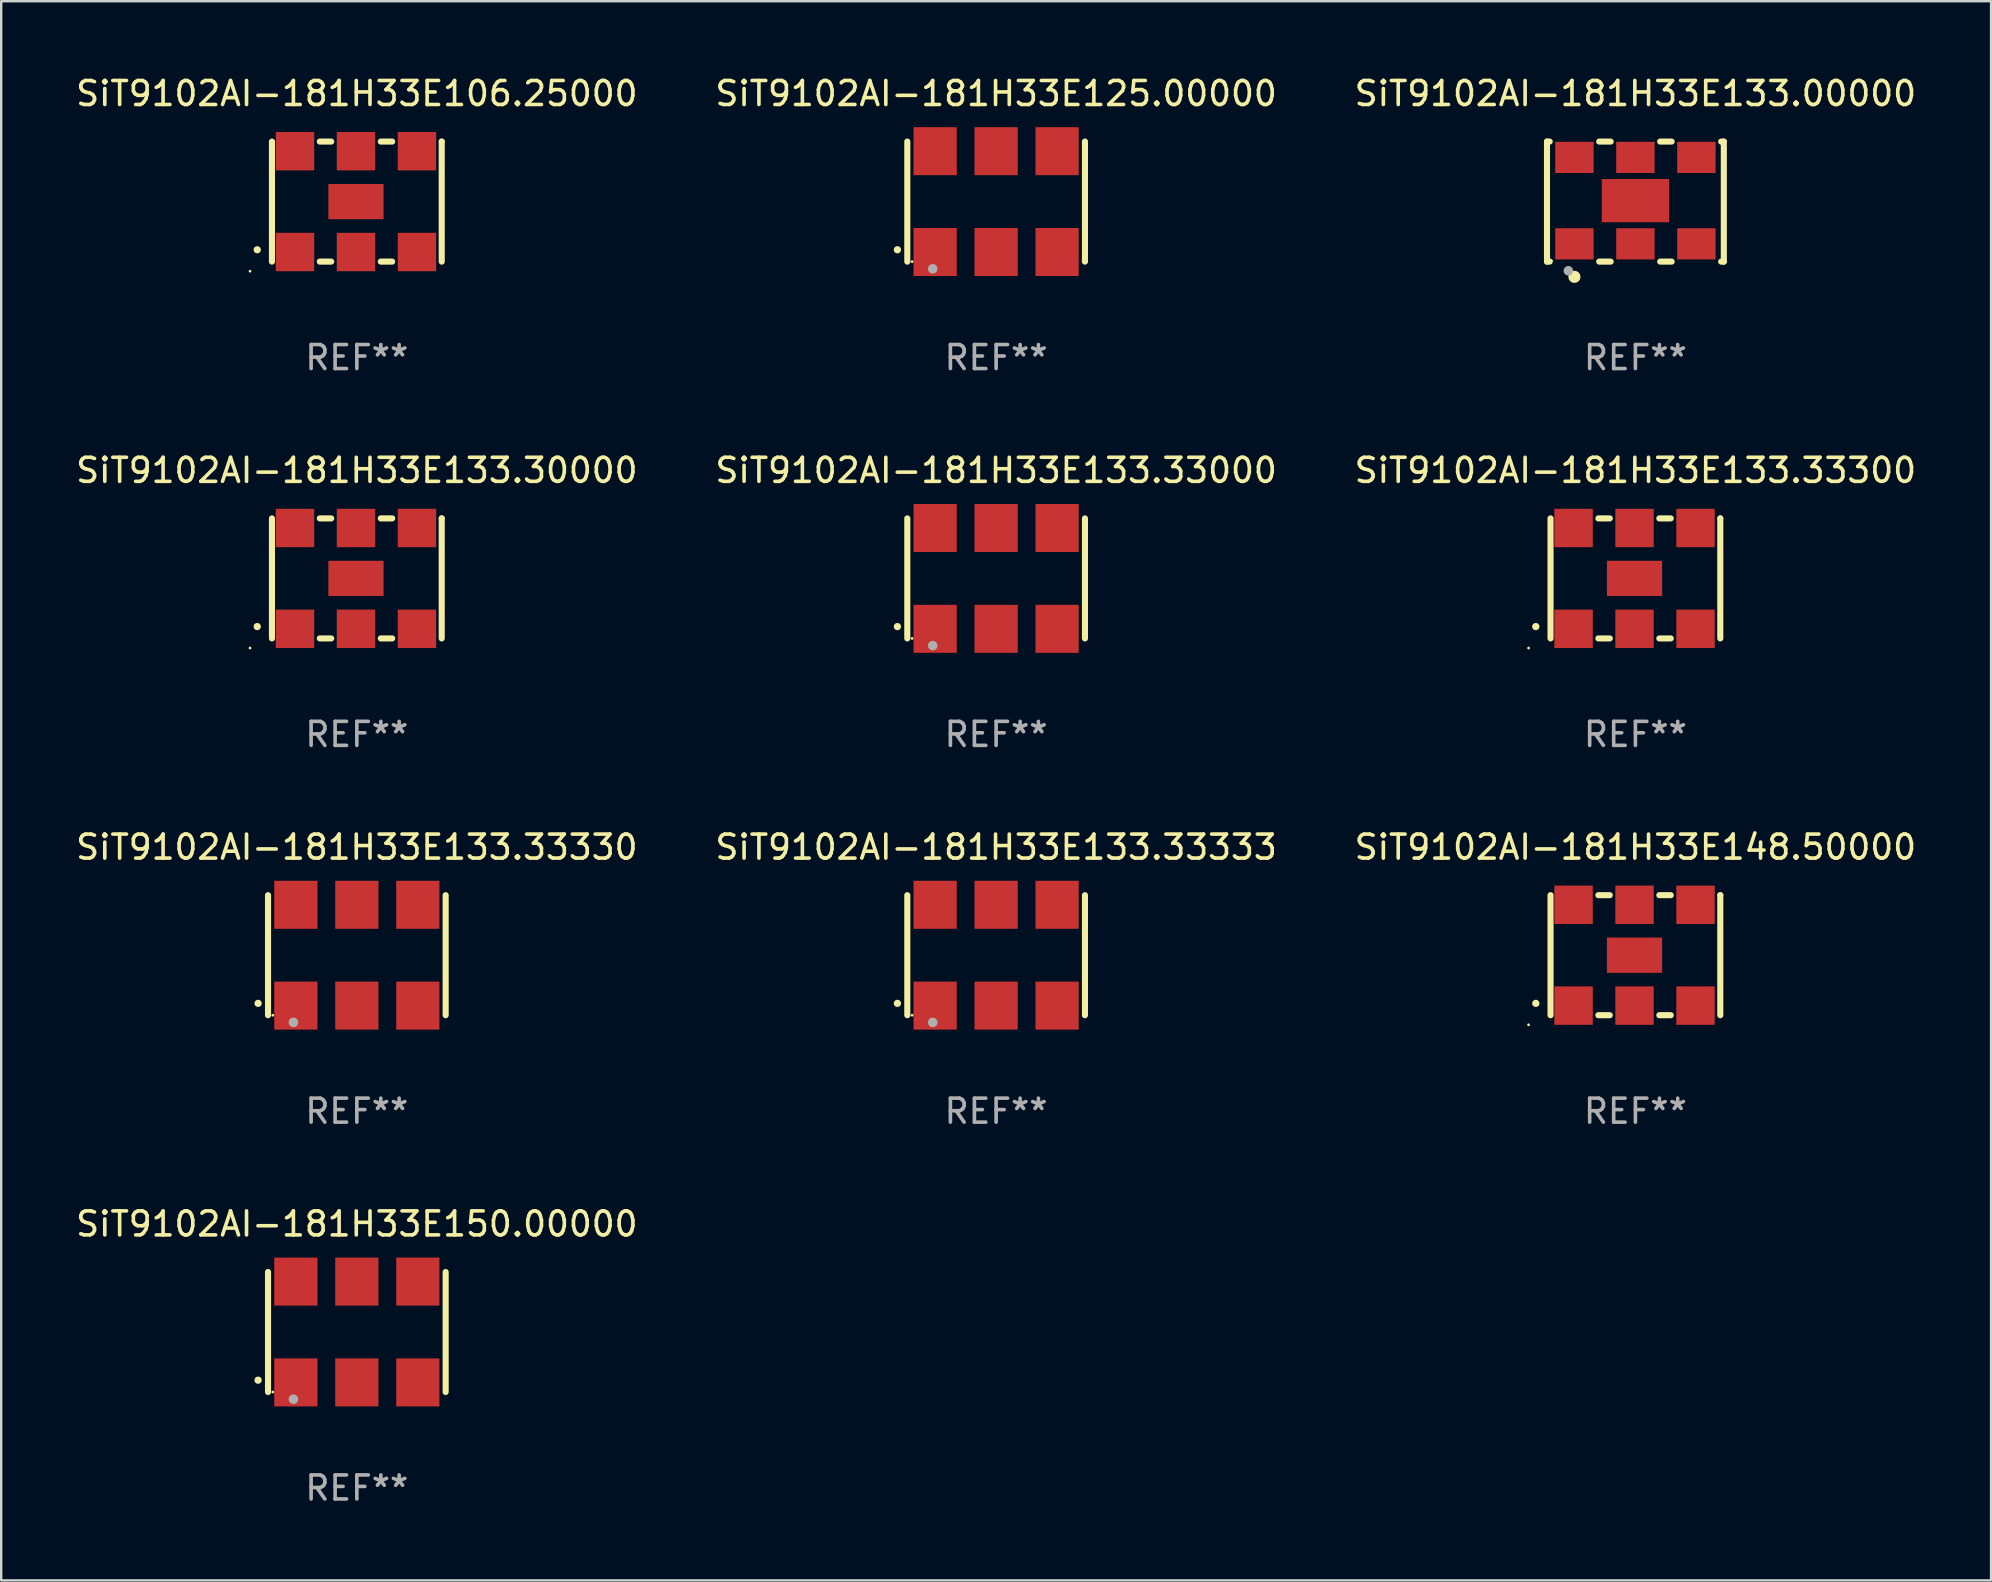
<source format=kicad_pcb>
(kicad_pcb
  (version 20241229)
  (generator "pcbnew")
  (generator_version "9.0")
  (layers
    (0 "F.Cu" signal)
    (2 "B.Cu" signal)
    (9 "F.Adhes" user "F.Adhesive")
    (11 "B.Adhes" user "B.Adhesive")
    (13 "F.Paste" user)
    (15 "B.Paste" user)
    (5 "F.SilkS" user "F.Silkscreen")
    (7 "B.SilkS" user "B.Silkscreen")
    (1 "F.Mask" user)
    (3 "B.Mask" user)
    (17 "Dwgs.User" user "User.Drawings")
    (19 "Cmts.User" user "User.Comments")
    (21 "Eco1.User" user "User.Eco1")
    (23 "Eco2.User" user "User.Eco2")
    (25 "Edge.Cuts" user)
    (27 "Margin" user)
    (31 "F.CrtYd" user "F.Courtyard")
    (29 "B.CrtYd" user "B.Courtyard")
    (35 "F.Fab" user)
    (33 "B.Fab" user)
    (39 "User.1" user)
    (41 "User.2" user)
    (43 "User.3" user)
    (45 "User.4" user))
  (footprint "SiT9102AI-181H33E133.33330"
    (layer "F.Cu")
    (at 11.815 36.741)
    (property "Reference" "SiT9102AI-181H33E133.33330" (at 0 -4.5 0) (layer "F.SilkS") (effects (font (size 1 1) (thickness 0.15))))
    (attr through_hole)
    (fp_line (start -3.7 -2.5) (end -3.7 2.5) (stroke (width 0.254) (type solid)) (layer "F.SilkS"))
    (fp_line (start 3.7 -2.5) (end 3.7 2.5) (stroke (width 0.254) (type solid)) (layer "F.SilkS"))
    (fp_arc (start -4.114415 2.006604) (mid -4.113145 2.006599) (end -4.111875 2.006604) (stroke (width 0.3) (type solid)) (layer "F.SilkS"))
    (fp_circle (center -3.5 2.501) (end -3.47 2.501) (stroke (width 0.06) (type solid)) (fill no) (layer "F.SilkS"))
    (fp_circle (center -2.641 2.799) (end -2.541 2.799) (stroke (width 0.2) (type solid)) (fill no) (layer "F.Fab"))
    (fp_text user "REF**" (at 0 6.5 0) (layer "F.Fab") (effects (font (size 1 1) (thickness 0.15))))
    (pad "1" smd rect (at -2.54 2.1) (size 1.8 2) (layers "F.Cu" "F.Mask" "F.Paste"))
    (pad "2" smd rect (at 0.000394 2.1) (size 1.8 2) (layers "F.Cu" "F.Mask" "F.Paste"))
    (pad "3" smd rect (at 2.54 2.1) (size 1.8 2) (layers "F.Cu" "F.Mask" "F.Paste"))
    (pad "4" smd rect (at 2.54 -2.1) (size 1.8 2) (layers "F.Cu" "F.Mask" "F.Paste"))
    (pad "5" smd rect (at 0.000394 -2.1) (size 1.8 2) (layers "F.Cu" "F.Mask" "F.Paste"))
    (pad "6" smd rect (at -2.54 -2.1) (size 1.8 2) (layers "F.Cu" "F.Mask" "F.Paste")))
  (footprint "SiT9102AI-181H33E150.00000"
    (layer "F.Cu")
    (at 11.815 52.438)
    (property "Reference" "SiT9102AI-181H33E150.00000" (at 0 -4.5 0) (layer "F.SilkS") (effects (font (size 1 1) (thickness 0.15))))
    (attr through_hole)
    (fp_line (start -3.7 -2.5) (end -3.7 2.5) (stroke (width 0.254) (type solid)) (layer "F.SilkS"))
    (fp_line (start 3.7 -2.5) (end 3.7 2.5) (stroke (width 0.254) (type solid)) (layer "F.SilkS"))
    (fp_arc (start -4.114415 2.006604) (mid -4.113145 2.006599) (end -4.111875 2.006604) (stroke (width 0.3) (type solid)) (layer "F.SilkS"))
    (fp_circle (center -3.5 2.501) (end -3.47 2.501) (stroke (width 0.06) (type solid)) (fill no) (layer "F.SilkS"))
    (fp_circle (center -2.641 2.799) (end -2.541 2.799) (stroke (width 0.2) (type solid)) (fill no) (layer "F.Fab"))
    (fp_text user "REF**" (at 0 6.5 0) (layer "F.Fab") (effects (font (size 1 1) (thickness 0.15))))
    (pad "1" smd rect (at -2.54 2.1) (size 1.8 2) (layers "F.Cu" "F.Mask" "F.Paste"))
    (pad "2" smd rect (at 0.000394 2.1) (size 1.8 2) (layers "F.Cu" "F.Mask" "F.Paste"))
    (pad "3" smd rect (at 2.54 2.1) (size 1.8 2) (layers "F.Cu" "F.Mask" "F.Paste"))
    (pad "4" smd rect (at 2.54 -2.1) (size 1.8 2) (layers "F.Cu" "F.Mask" "F.Paste"))
    (pad "5" smd rect (at 0.000394 -2.1) (size 1.8 2) (layers "F.Cu" "F.Mask" "F.Paste"))
    (pad "6" smd rect (at -2.54 -2.1) (size 1.8 2) (layers "F.Cu" "F.Mask" "F.Paste")))
  (footprint "SiT9102AI-181H33E133.00000"
    (layer "F.Cu")
    (at 65.077 5.348)
    (property "Reference" "SiT9102AI-181H33E133.00000" (at 0 -4.5 0) (layer "F.SilkS") (effects (font (size 1 1) (thickness 0.15))))
    (attr through_hole)
    (fp_line (start -3.683 -2.5) (end -3.571 -2.5) (stroke (width 0.254) (type solid)) (layer "F.SilkS"))
    (fp_line (start -3.683 2.5) (end -3.683 -2.5) (stroke (width 0.254) (type solid)) (layer "F.SilkS"))
    (fp_line (start -3.683 2.5) (end -3.571 2.5) (stroke (width 0.254) (type solid)) (layer "F.SilkS"))
    (fp_line (start -1.509 -2.5) (end -1.031 -2.5) (stroke (width 0.254) (type solid)) (layer "F.SilkS"))
    (fp_line (start -1.509 2.5) (end -1.031 2.5) (stroke (width 0.254) (type solid)) (layer "F.SilkS"))
    (fp_line (start 1.031 -2.5) (end 1.509 -2.5) (stroke (width 0.254) (type solid)) (layer "F.SilkS"))
    (fp_line (start 1.031 2.5) (end 1.509 2.5) (stroke (width 0.254) (type solid)) (layer "F.SilkS"))
    (fp_line (start 3.571 -2.5) (end 3.683 -2.5) (stroke (width 0.254) (type solid)) (layer "F.SilkS"))
    (fp_line (start 3.571 2.5) (end 3.683 2.5) (stroke (width 0.254) (type solid)) (layer "F.SilkS"))
    (fp_line (start 3.683 2.5) (end 3.683 -2.5) (stroke (width 0.254) (type solid)) (layer "F.SilkS"))
    (fp_circle (center -3.5 2.46) (end -3.47 2.46) (stroke (width 0.06) (type solid)) (fill no) (layer "F.SilkS"))
    (fp_circle (center -2.54 3.135) (end -2.413 3.135) (stroke (width 0.254) (type solid)) (fill no) (layer "F.SilkS"))
    (fp_circle (center -2.794 2.881) (end -2.694 2.881) (stroke (width 0.2) (type solid)) (fill no) (layer "F.Fab"))
    (fp_text user "REF**" (at 0 6.5 0) (layer "F.Fab") (effects (font (size 1 1) (thickness 0.15))))
    (pad "1" smd rect (at -2.54 1.76) (size 1.6 1.3) (layers "F.Cu" "F.Mask" "F.Paste"))
    (pad "2" smd rect (at 0 1.76) (size 1.6 1.3) (layers "F.Cu" "F.Mask" "F.Paste"))
    (pad "3" smd rect (at 2.54 1.76) (size 1.6 1.3) (layers "F.Cu" "F.Mask" "F.Paste"))
    (pad "4" smd rect (at 2.54 -1.84) (size 1.6 1.3) (layers "F.Cu" "F.Mask" "F.Paste"))
    (pad "5" smd rect (at 0 -1.84) (size 1.6 1.3) (layers "F.Cu" "F.Mask" "F.Paste"))
    (pad "6" smd rect (at -2.54 -1.84) (size 1.6 1.3) (layers "F.Cu" "F.Mask" "F.Paste"))
    (pad "7" smd rect (at 0 -0.04) (size 2.8 1.8) (layers "F.Cu" "F.Mask" "F.Paste")))
  (footprint "SiT9102AI-181H33E148.50000"
    (layer "F.Cu")
    (at 65.077 36.741)
    (property "Reference" "SiT9102AI-181H33E148.50000" (at 0 -4.5 0) (layer "F.SilkS") (effects (font (size 1 1) (thickness 0.15))))
    (attr through_hole)
    (fp_line (start -3.536 -2.5) (end -3.536 2.5) (stroke (width 0.254) (type solid)) (layer "F.SilkS"))
    (fp_line (start -1.544 2.5) (end -1.067 2.5) (stroke (width 0.254) (type solid)) (layer "F.SilkS"))
    (fp_line (start -1.067 -2.5) (end -1.544 -2.5) (stroke (width 0.254) (type solid)) (layer "F.SilkS"))
    (fp_line (start 0.996 2.5) (end 1.473 2.5) (stroke (width 0.254) (type solid)) (layer "F.SilkS"))
    (fp_line (start 1.473 -2.5) (end 0.996 -2.5) (stroke (width 0.254) (type solid)) (layer "F.SilkS"))
    (fp_line (start 3.536 -2.5) (end 3.536 -2.5) (stroke (width 0.254) (type solid)) (layer "F.SilkS"))
    (fp_line (start 3.536 2.5) (end 3.536 -2.5) (stroke (width 0.254) (type solid)) (layer "F.SilkS"))
    (fp_arc (start -4.150432 2.006604) (mid -4.149162 2.006599) (end -4.147892 2.006604) (stroke (width 0.3) (type solid)) (layer "F.SilkS"))
    (fp_circle (center -4.449 2.9) (end -4.419 2.9) (stroke (width 0.06) (type solid)) (fill no) (layer "F.SilkS"))
    (fp_text user "REF**" (at 0 6.5 0) (layer "F.Fab") (effects (font (size 1 1) (thickness 0.15))))
    (pad "1" smd rect (at -2.576 2.1) (size 1.6 1.6) (layers "F.Cu" "F.Mask" "F.Paste"))
    (pad "2" smd rect (at -0.036 2.1) (size 1.6 1.6) (layers "F.Cu" "F.Mask" "F.Paste"))
    (pad "3" smd rect (at 2.504 2.1) (size 1.6 1.6) (layers "F.Cu" "F.Mask" "F.Paste"))
    (pad "4" smd rect (at 2.504 -2.1) (size 1.6 1.6) (layers "F.Cu" "F.Mask" "F.Paste"))
    (pad "5" smd rect (at -0.036 -2.1) (size 1.6 1.6) (layers "F.Cu" "F.Mask" "F.Paste"))
    (pad "6" smd rect (at -2.576 -2.1) (size 1.6 1.6) (layers "F.Cu" "F.Mask" "F.Paste"))
    (pad "7" smd rect (at -0.036 0) (size 2.3 1.47) (layers "F.Cu" "F.Mask" "F.Paste")))
  (footprint "SiT9102AI-181H33E106.25000"
    (layer "F.Cu")
    (at 11.815 5.348)
    (property "Reference" "SiT9102AI-181H33E106.25000" (at 0 -4.5 0) (layer "F.SilkS") (effects (font (size 1 1) (thickness 0.15))))
    (attr through_hole)
    (fp_line (start -3.536 -2.5) (end -3.536 2.5) (stroke (width 0.254) (type solid)) (layer "F.SilkS"))
    (fp_line (start -1.544 2.5) (end -1.067 2.5) (stroke (width 0.254) (type solid)) (layer "F.SilkS"))
    (fp_line (start -1.067 -2.5) (end -1.544 -2.5) (stroke (width 0.254) (type solid)) (layer "F.SilkS"))
    (fp_line (start 0.996 2.5) (end 1.473 2.5) (stroke (width 0.254) (type solid)) (layer "F.SilkS"))
    (fp_line (start 1.473 -2.5) (end 0.996 -2.5) (stroke (width 0.254) (type solid)) (layer "F.SilkS"))
    (fp_line (start 3.536 -2.5) (end 3.536 -2.5) (stroke (width 0.254) (type solid)) (layer "F.SilkS"))
    (fp_line (start 3.536 2.5) (end 3.536 -2.5) (stroke (width 0.254) (type solid)) (layer "F.SilkS"))
    (fp_arc (start -4.150432 2.006604) (mid -4.149162 2.006599) (end -4.147892 2.006604) (stroke (width 0.3) (type solid)) (layer "F.SilkS"))
    (fp_circle (center -4.449 2.9) (end -4.419 2.9) (stroke (width 0.06) (type solid)) (fill no) (layer "F.SilkS"))
    (fp_text user "REF**" (at 0 6.5 0) (layer "F.Fab") (effects (font (size 1 1) (thickness 0.15))))
    (pad "1" smd rect (at -2.576 2.1) (size 1.6 1.6) (layers "F.Cu" "F.Mask" "F.Paste"))
    (pad "2" smd rect (at -0.036 2.1) (size 1.6 1.6) (layers "F.Cu" "F.Mask" "F.Paste"))
    (pad "3" smd rect (at 2.504 2.1) (size 1.6 1.6) (layers "F.Cu" "F.Mask" "F.Paste"))
    (pad "4" smd rect (at 2.504 -2.1) (size 1.6 1.6) (layers "F.Cu" "F.Mask" "F.Paste"))
    (pad "5" smd rect (at -0.036 -2.1) (size 1.6 1.6) (layers "F.Cu" "F.Mask" "F.Paste"))
    (pad "6" smd rect (at -2.576 -2.1) (size 1.6 1.6) (layers "F.Cu" "F.Mask" "F.Paste"))
    (pad "7" smd rect (at -0.036 0) (size 2.3 1.47) (layers "F.Cu" "F.Mask" "F.Paste")))
  (footprint "SiT9102AI-181H33E133.33333"
    (layer "F.Cu")
    (at 38.446 36.741)
    (property "Reference" "SiT9102AI-181H33E133.33333" (at 0 -4.5 0) (layer "F.SilkS") (effects (font (size 1 1) (thickness 0.15))))
    (attr through_hole)
    (fp_line (start -3.7 -2.5) (end -3.7 2.5) (stroke (width 0.254) (type solid)) (layer "F.SilkS"))
    (fp_line (start 3.7 -2.5) (end 3.7 2.5) (stroke (width 0.254) (type solid)) (layer "F.SilkS"))
    (fp_arc (start -4.114415 2.006604) (mid -4.113145 2.006599) (end -4.111875 2.006604) (stroke (width 0.3) (type solid)) (layer "F.SilkS"))
    (fp_circle (center -3.5 2.501) (end -3.47 2.501) (stroke (width 0.06) (type solid)) (fill no) (layer "F.SilkS"))
    (fp_circle (center -2.641 2.799) (end -2.541 2.799) (stroke (width 0.2) (type solid)) (fill no) (layer "F.Fab"))
    (fp_text user "REF**" (at 0 6.5 0) (layer "F.Fab") (effects (font (size 1 1) (thickness 0.15))))
    (pad "1" smd rect (at -2.54 2.1) (size 1.8 2) (layers "F.Cu" "F.Mask" "F.Paste"))
    (pad "2" smd rect (at 0.000394 2.1) (size 1.8 2) (layers "F.Cu" "F.Mask" "F.Paste"))
    (pad "3" smd rect (at 2.54 2.1) (size 1.8 2) (layers "F.Cu" "F.Mask" "F.Paste"))
    (pad "4" smd rect (at 2.54 -2.1) (size 1.8 2) (layers "F.Cu" "F.Mask" "F.Paste"))
    (pad "5" smd rect (at 0.000394 -2.1) (size 1.8 2) (layers "F.Cu" "F.Mask" "F.Paste"))
    (pad "6" smd rect (at -2.54 -2.1) (size 1.8 2) (layers "F.Cu" "F.Mask" "F.Paste")))
  (footprint "SiT9102AI-181H33E133.30000"
    (layer "F.Cu")
    (at 11.815 21.045)
    (property "Reference" "SiT9102AI-181H33E133.30000" (at 0 -4.5 0) (layer "F.SilkS") (effects (font (size 1 1) (thickness 0.15))))
    (attr through_hole)
    (fp_line (start -3.536 -2.5) (end -3.536 2.5) (stroke (width 0.254) (type solid)) (layer "F.SilkS"))
    (fp_line (start -1.544 2.5) (end -1.067 2.5) (stroke (width 0.254) (type solid)) (layer "F.SilkS"))
    (fp_line (start -1.067 -2.5) (end -1.544 -2.5) (stroke (width 0.254) (type solid)) (layer "F.SilkS"))
    (fp_line (start 0.996 2.5) (end 1.473 2.5) (stroke (width 0.254) (type solid)) (layer "F.SilkS"))
    (fp_line (start 1.473 -2.5) (end 0.996 -2.5) (stroke (width 0.254) (type solid)) (layer "F.SilkS"))
    (fp_line (start 3.536 -2.5) (end 3.536 -2.5) (stroke (width 0.254) (type solid)) (layer "F.SilkS"))
    (fp_line (start 3.536 2.5) (end 3.536 -2.5) (stroke (width 0.254) (type solid)) (layer "F.SilkS"))
    (fp_arc (start -4.150432 2.006604) (mid -4.149162 2.006599) (end -4.147892 2.006604) (stroke (width 0.3) (type solid)) (layer "F.SilkS"))
    (fp_circle (center -4.449 2.9) (end -4.419 2.9) (stroke (width 0.06) (type solid)) (fill no) (layer "F.SilkS"))
    (fp_text user "REF**" (at 0 6.5 0) (layer "F.Fab") (effects (font (size 1 1) (thickness 0.15))))
    (pad "1" smd rect (at -2.576 2.1) (size 1.6 1.6) (layers "F.Cu" "F.Mask" "F.Paste"))
    (pad "2" smd rect (at -0.036 2.1) (size 1.6 1.6) (layers "F.Cu" "F.Mask" "F.Paste"))
    (pad "3" smd rect (at 2.504 2.1) (size 1.6 1.6) (layers "F.Cu" "F.Mask" "F.Paste"))
    (pad "4" smd rect (at 2.504 -2.1) (size 1.6 1.6) (layers "F.Cu" "F.Mask" "F.Paste"))
    (pad "5" smd rect (at -0.036 -2.1) (size 1.6 1.6) (layers "F.Cu" "F.Mask" "F.Paste"))
    (pad "6" smd rect (at -2.576 -2.1) (size 1.6 1.6) (layers "F.Cu" "F.Mask" "F.Paste"))
    (pad "7" smd rect (at -0.036 0) (size 2.3 1.47) (layers "F.Cu" "F.Mask" "F.Paste")))
  (footprint "SiT9102AI-181H33E125.00000"
    (layer "F.Cu")
    (at 38.446 5.348)
    (property "Reference" "SiT9102AI-181H33E125.00000" (at 0 -4.5 0) (layer "F.SilkS") (effects (font (size 1 1) (thickness 0.15))))
    (attr through_hole)
    (fp_line (start -3.7 -2.5) (end -3.7 2.5) (stroke (width 0.254) (type solid)) (layer "F.SilkS"))
    (fp_line (start 3.7 -2.5) (end 3.7 2.5) (stroke (width 0.254) (type solid)) (layer "F.SilkS"))
    (fp_arc (start -4.114415 2.006604) (mid -4.113145 2.006599) (end -4.111875 2.006604) (stroke (width 0.3) (type solid)) (layer "F.SilkS"))
    (fp_circle (center -3.5 2.501) (end -3.47 2.501) (stroke (width 0.06) (type solid)) (fill no) (layer "F.SilkS"))
    (fp_circle (center -2.641 2.799) (end -2.541 2.799) (stroke (width 0.2) (type solid)) (fill no) (layer "F.Fab"))
    (fp_text user "REF**" (at 0 6.5 0) (layer "F.Fab") (effects (font (size 1 1) (thickness 0.15))))
    (pad "1" smd rect (at -2.54 2.1) (size 1.8 2) (layers "F.Cu" "F.Mask" "F.Paste"))
    (pad "2" smd rect (at 0.000394 2.1) (size 1.8 2) (layers "F.Cu" "F.Mask" "F.Paste"))
    (pad "3" smd rect (at 2.54 2.1) (size 1.8 2) (layers "F.Cu" "F.Mask" "F.Paste"))
    (pad "4" smd rect (at 2.54 -2.1) (size 1.8 2) (layers "F.Cu" "F.Mask" "F.Paste"))
    (pad "5" smd rect (at 0.000394 -2.1) (size 1.8 2) (layers "F.Cu" "F.Mask" "F.Paste"))
    (pad "6" smd rect (at -2.54 -2.1) (size 1.8 2) (layers "F.Cu" "F.Mask" "F.Paste")))
  (footprint "SiT9102AI-181H33E133.33300"
    (layer "F.Cu")
    (at 65.077 21.045)
    (property "Reference" "SiT9102AI-181H33E133.33300" (at 0 -4.5 0) (layer "F.SilkS") (effects (font (size 1 1) (thickness 0.15))))
    (attr through_hole)
    (fp_line (start -3.536 -2.5) (end -3.536 2.5) (stroke (width 0.254) (type solid)) (layer "F.SilkS"))
    (fp_line (start -1.544 2.5) (end -1.067 2.5) (stroke (width 0.254) (type solid)) (layer "F.SilkS"))
    (fp_line (start -1.067 -2.5) (end -1.544 -2.5) (stroke (width 0.254) (type solid)) (layer "F.SilkS"))
    (fp_line (start 0.996 2.5) (end 1.473 2.5) (stroke (width 0.254) (type solid)) (layer "F.SilkS"))
    (fp_line (start 1.473 -2.5) (end 0.996 -2.5) (stroke (width 0.254) (type solid)) (layer "F.SilkS"))
    (fp_line (start 3.536 -2.5) (end 3.536 -2.5) (stroke (width 0.254) (type solid)) (layer "F.SilkS"))
    (fp_line (start 3.536 2.5) (end 3.536 -2.5) (stroke (width 0.254) (type solid)) (layer "F.SilkS"))
    (fp_arc (start -4.150432 2.006604) (mid -4.149162 2.006599) (end -4.147892 2.006604) (stroke (width 0.3) (type solid)) (layer "F.SilkS"))
    (fp_circle (center -4.449 2.9) (end -4.419 2.9) (stroke (width 0.06) (type solid)) (fill no) (layer "F.SilkS"))
    (fp_text user "REF**" (at 0 6.5 0) (layer "F.Fab") (effects (font (size 1 1) (thickness 0.15))))
    (pad "1" smd rect (at -2.576 2.1) (size 1.6 1.6) (layers "F.Cu" "F.Mask" "F.Paste"))
    (pad "2" smd rect (at -0.036 2.1) (size 1.6 1.6) (layers "F.Cu" "F.Mask" "F.Paste"))
    (pad "3" smd rect (at 2.504 2.1) (size 1.6 1.6) (layers "F.Cu" "F.Mask" "F.Paste"))
    (pad "4" smd rect (at 2.504 -2.1) (size 1.6 1.6) (layers "F.Cu" "F.Mask" "F.Paste"))
    (pad "5" smd rect (at -0.036 -2.1) (size 1.6 1.6) (layers "F.Cu" "F.Mask" "F.Paste"))
    (pad "6" smd rect (at -2.576 -2.1) (size 1.6 1.6) (layers "F.Cu" "F.Mask" "F.Paste"))
    (pad "7" smd rect (at -0.036 0) (size 2.3 1.47) (layers "F.Cu" "F.Mask" "F.Paste")))
  (footprint "SiT9102AI-181H33E133.33000"
    (layer "F.Cu")
    (at 38.446 21.045)
    (property "Reference" "SiT9102AI-181H33E133.33000" (at 0 -4.5 0) (layer "F.SilkS") (effects (font (size 1 1) (thickness 0.15))))
    (attr through_hole)
    (fp_line (start -3.7 -2.5) (end -3.7 2.5) (stroke (width 0.254) (type solid)) (layer "F.SilkS"))
    (fp_line (start 3.7 -2.5) (end 3.7 2.5) (stroke (width 0.254) (type solid)) (layer "F.SilkS"))
    (fp_arc (start -4.114415 2.006604) (mid -4.113145 2.006599) (end -4.111875 2.006604) (stroke (width 0.3) (type solid)) (layer "F.SilkS"))
    (fp_circle (center -3.5 2.501) (end -3.47 2.501) (stroke (width 0.06) (type solid)) (fill no) (layer "F.SilkS"))
    (fp_circle (center -2.641 2.799) (end -2.541 2.799) (stroke (width 0.2) (type solid)) (fill no) (layer "F.Fab"))
    (fp_text user "REF**" (at 0 6.5 0) (layer "F.Fab") (effects (font (size 1 1) (thickness 0.15))))
    (pad "1" smd rect (at -2.54 2.1) (size 1.8 2) (layers "F.Cu" "F.Mask" "F.Paste"))
    (pad "2" smd rect (at 0.000394 2.1) (size 1.8 2) (layers "F.Cu" "F.Mask" "F.Paste"))
    (pad "3" smd rect (at 2.54 2.1) (size 1.8 2) (layers "F.Cu" "F.Mask" "F.Paste"))
    (pad "4" smd rect (at 2.54 -2.1) (size 1.8 2) (layers "F.Cu" "F.Mask" "F.Paste"))
    (pad "5" smd rect (at 0.000394 -2.1) (size 1.8 2) (layers "F.Cu" "F.Mask" "F.Paste"))
    (pad "6" smd rect (at -2.54 -2.1) (size 1.8 2) (layers "F.Cu" "F.Mask" "F.Paste")))
  (gr_rect
    (start -3 -3)
    (end 79.893 62.786)
    (stroke (width 0.1) (type default))
    (fill no)
    (layer "Edge.Cuts")))
</source>
